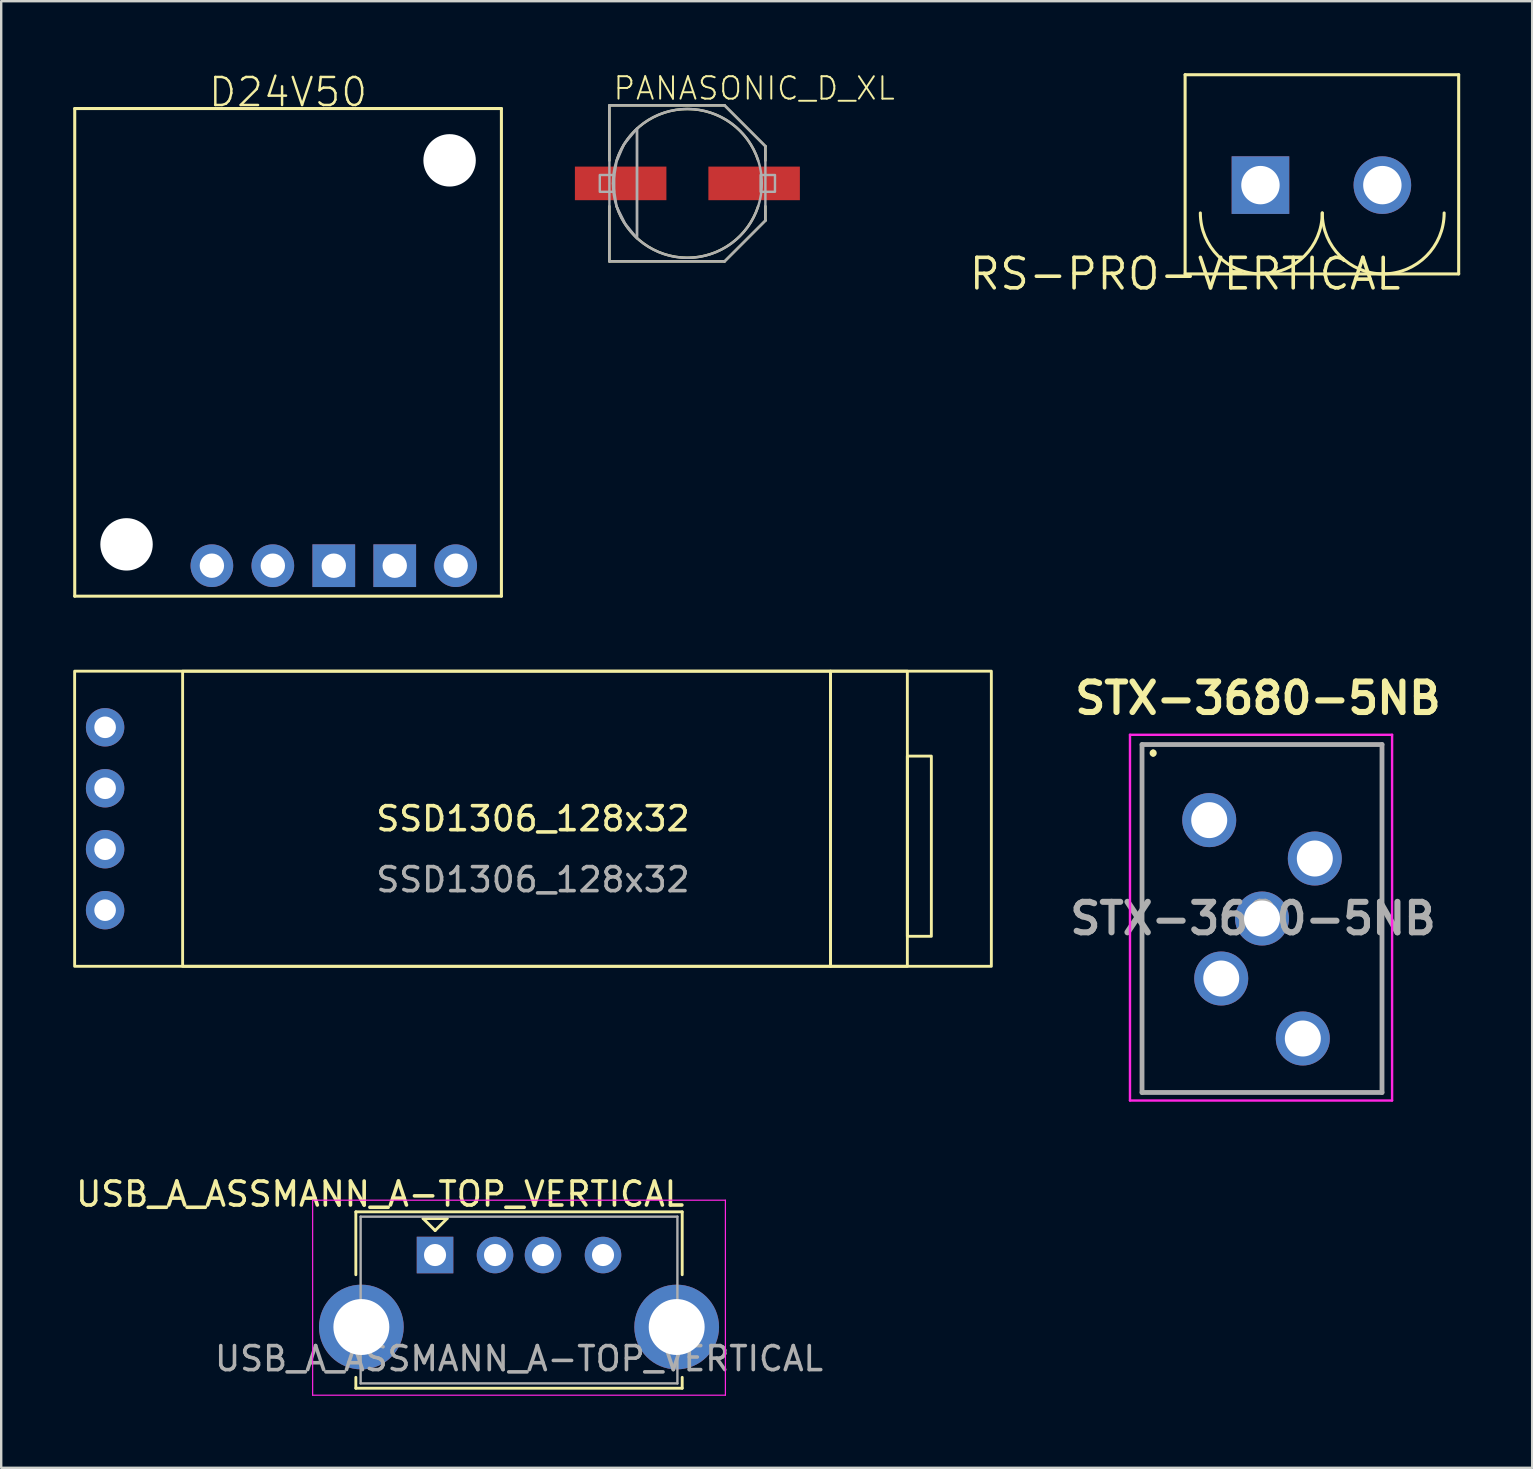
<source format=kicad_pcb>
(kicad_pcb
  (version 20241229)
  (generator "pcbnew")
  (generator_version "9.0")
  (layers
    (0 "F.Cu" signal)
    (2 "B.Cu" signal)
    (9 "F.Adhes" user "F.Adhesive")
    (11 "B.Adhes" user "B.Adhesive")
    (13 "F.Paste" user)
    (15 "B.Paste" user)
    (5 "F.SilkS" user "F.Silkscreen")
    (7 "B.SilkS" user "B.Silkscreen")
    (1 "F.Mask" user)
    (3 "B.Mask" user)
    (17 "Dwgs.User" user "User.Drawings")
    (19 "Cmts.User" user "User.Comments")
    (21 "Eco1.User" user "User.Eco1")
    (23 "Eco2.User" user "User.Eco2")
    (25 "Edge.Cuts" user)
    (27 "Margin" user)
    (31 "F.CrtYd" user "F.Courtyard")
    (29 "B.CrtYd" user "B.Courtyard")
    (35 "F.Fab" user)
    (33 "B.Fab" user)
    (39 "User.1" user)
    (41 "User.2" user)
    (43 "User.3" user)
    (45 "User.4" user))
  (footprint "USB_A_ASSMANN_A-TOP_VERTICAL"
    (layer "F.Cu")
    (at 15.078 49.248)
    (property "Reference" "USB_A_ASSMANN_A-TOP_VERTICAL" (at -2.286 -2.54 180) (layer "F.SilkS") (effects (font (size 1 1) (thickness 0.15))))
    (attr through_hole)
    (fp_line (start -3.3 -1.8) (end -3.3 0.821) (stroke (width 0.12) (type solid)) (layer "F.SilkS"))
    (fp_line (start -3.3 -1.8) (end 10.3 -1.8) (stroke (width 0.12) (type solid)) (layer "F.SilkS"))
    (fp_line (start -3.3 5.097) (end -3.3 5.55) (stroke (width 0.12) (type solid)) (layer "F.SilkS"))
    (fp_line (start -3.3 5.55) (end 10.3 5.55) (stroke (width 0.12) (type solid)) (layer "F.SilkS"))
    (fp_line (start -0.496 -1.52) (end 0.004 -1.02) (stroke (width 0.12) (type solid)) (layer "F.SilkS"))
    (fp_line (start 0.004 -1.02) (end 0.504 -1.52) (stroke (width 0.12) (type solid)) (layer "F.SilkS"))
    (fp_line (start 0.504 -1.52) (end -0.496 -1.52) (stroke (width 0.12) (type solid)) (layer "F.SilkS"))
    (fp_line (start 10.3 0.821) (end 10.3 -1.8) (stroke (width 0.12) (type solid)) (layer "F.SilkS"))
    (fp_line (start 10.3 5.097) (end 10.3 5.55) (stroke (width 0.12) (type solid)) (layer "F.SilkS"))
    (fp_line (start -5.1 -2.286) (end -5.1 5.842) (stroke (width 0.05) (type solid)) (layer "F.CrtYd"))
    (fp_line (start -5.1 -2.286) (end 12.1 -2.286) (stroke (width 0.05) (type solid)) (layer "F.CrtYd"))
    (fp_line (start 12.1 -2.286) (end 12.1 5.842) (stroke (width 0.05) (type solid)) (layer "F.CrtYd"))
    (fp_line (start 12.1 5.842) (end -5.1 5.842) (stroke (width 0.05) (type solid)) (layer "F.CrtYd"))
    (fp_line (start -3.1 -1.6) (end -3.1 5.35) (stroke (width 0.1) (type solid)) (layer "F.Fab"))
    (fp_line (start -3.1 -1.6) (end 10.1 -1.6) (stroke (width 0.1) (type solid)) (layer "F.Fab"))
    (fp_line (start -3.1 5.35) (end 10.1 5.35) (stroke (width 0.1) (type solid)) (layer "F.Fab"))
    (fp_line (start 10.1 -1.6) (end 10.1 5.35) (stroke (width 0.1) (type solid)) (layer "F.Fab"))
    (fp_text user "${REFERENCE}" (at 3.5 4.318 180) (layer "F.Fab") (effects (font (size 1 1) (thickness 0.15))))
    (pad "1" thru_hole rect (at 0 0) (size 1.524 1.524) (drill 0.92) (layers "*.Cu" "*.Mask"))
    (pad "2" thru_hole circle (at 2.5 0) (size 1.524 1.524) (drill 0.92) (layers "*.Cu" "*.Mask"))
    (pad "3" thru_hole circle (at 4.5 0) (size 1.524 1.524) (drill 0.92) (layers "*.Cu" "*.Mask"))
    (pad "4" thru_hole circle (at 7 0) (size 1.524 1.524) (drill 0.92) (layers "*.Cu" "*.Mask"))
    (pad "5" thru_hole circle (at -3.07 3) (size 3.53 3.53) (drill 2.33) (layers "*.Cu" "*.Mask"))
    (pad "5" thru_hole circle (at 10.07 3) (size 3.53 3.53) (drill 2.33) (layers "*.Cu" "*.Mask")))
  (footprint "RS-PRO-VERTICAL"
    (layer "F.Cu")
    (at 46.334 8.364)
    (property "Reference" "RS-PRO-VERTICAL" (at 0 0 0) (layer "F.SilkS") (effects (font (size 1.27 1.27) (thickness 0.15))))
    (fp_line (start 0 -8.3) (end 0 0) (stroke (width 0.127) (type solid)) (layer "F.SilkS"))
    (fp_line (start 0 0) (end 11.4 0) (stroke (width 0.127) (type solid)) (layer "F.SilkS"))
    (fp_line (start 11.4 -8.3) (end 0 -8.3) (stroke (width 0.127) (type solid)) (layer "F.SilkS"))
    (fp_line (start 11.4 0) (end 11.4 -8.3) (stroke (width 0.127) (type solid)) (layer "F.SilkS"))
    (fp_arc (start 5.715 -2.54) (mid 3.175 0) (end 0.635 -2.54) (stroke (width 0.127) (type solid)) (layer "F.SilkS"))
    (fp_arc (start 10.795 -2.54) (mid 8.255 0) (end 5.715 -2.54) (stroke (width 0.127) (type solid)) (layer "F.SilkS"))
    (pad "P$1" thru_hole rect (at 3.14 -3.7) (size 2.4 2.4) (drill 1.6) (layers "*.Cu" "*.Mask"))
    (pad "P$2" thru_hole circle (at 8.22 -3.7) (size 2.4 2.4) (drill 1.6) (layers "*.Cu" "*.Mask")))
  (footprint "STX-3680-5NB"
    (layer "F.Cu")
    (at 47.339 31.125)
    (property "Reference" "STX-3680-5NB" (at 2.032 -5.08 0) (layer "F.SilkS") (effects (font (size 1.27 1.27) (thickness 0.254))))
    (attr through_hole)
    (fp_line (start -2.8 -3.15) (end -2.8 11.35) (stroke (width 0.1) (type solid)) (layer "F.SilkS"))
    (fp_line (start -2.8 11.35) (end 7.2 11.35) (stroke (width 0.1) (type solid)) (layer "F.SilkS"))
    (fp_line (start 7.2 -3.15) (end -2.8 -3.15) (stroke (width 0.1) (type solid)) (layer "F.SilkS"))
    (fp_line (start 7.2 11.35) (end 7.2 -3.15) (stroke (width 0.1) (type solid)) (layer "F.SilkS"))
    (fp_arc (start -2.336 -2.844) (mid -2.286 -2.794) (end -2.336 -2.744) (stroke (width 0.2) (type solid)) (layer "F.SilkS"))
    (fp_arc (start -2.336 -2.744) (mid -2.386 -2.794) (end -2.336 -2.844) (stroke (width 0.2) (type solid)) (layer "F.SilkS"))
    (fp_line (start -3.302 -3.556) (end -3.302 11.684) (stroke (width 0.1) (type solid)) (layer "F.CrtYd"))
    (fp_line (start -3.302 11.684) (end 7.62 11.684) (stroke (width 0.1) (type solid)) (layer "F.CrtYd"))
    (fp_line (start 7.62 -3.556) (end -3.302 -3.556) (stroke (width 0.1) (type solid)) (layer "F.CrtYd"))
    (fp_line (start 7.62 11.684) (end 7.62 -3.556) (stroke (width 0.1) (type solid)) (layer "F.CrtYd"))
    (fp_line (start -2.8 -3.15) (end 7.2 -3.15) (stroke (width 0.2) (type solid)) (layer "F.Fab"))
    (fp_line (start -2.8 11.35) (end -2.8 -3.15) (stroke (width 0.2) (type solid)) (layer "F.Fab"))
    (fp_line (start 7.2 -3.15) (end 7.2 11.35) (stroke (width 0.2) (type solid)) (layer "F.Fab"))
    (fp_line (start 7.2 11.35) (end -2.8 11.35) (stroke (width 0.2) (type solid)) (layer "F.Fab"))
    (fp_text user "${REFERENCE}" (at 1.825 4.1 0) (layer "F.Fab") (effects (font (size 1.27 1.27) (thickness 0.254))))
    (pad "R" thru_hole circle (at 0 0) (size 2.25 2.25) (drill 1.5) (layers "*.Cu" "*.Mask"))
    (pad "RN" thru_hole circle (at 4.4 1.6) (size 2.25 2.25) (drill 1.5) (layers "*.Cu" "*.Mask"))
    (pad "S" thru_hole circle (at 2.2 4.1) (size 2.25 2.25) (drill 1.5) (layers "*.Cu" "*.Mask"))
    (pad "T" thru_hole circle (at 3.9 9.1) (size 2.25 2.25) (drill 1.5) (layers "*.Cu" "*.Mask"))
    (pad "TN" thru_hole circle (at 0.5 6.6) (size 2.25 2.25) (drill 1.5) (layers "*.Cu" "*.Mask")))
  (footprint "PANASONIC_D_XL"
    (layer "F.Cu")
    (at 25.594 4.592)
    (property "Reference" "PANASONIC_D_XL" (at -3.147 -3.413 0) (layer "F.SilkS") (effects (font (size 0.935 0.935) (thickness 0.081)) (justify left bottom)))
    (fp_line (start -3.25 -3.25) (end 1.55 -3.25) (stroke (width 0.102) (type solid)) (layer "F.SilkS"))
    (fp_line (start -3.25 -0.95) (end -3.25 -3.25) (stroke (width 0.102) (type solid)) (layer "F.SilkS"))
    (fp_line (start -3.25 3.25) (end -3.25 0.95) (stroke (width 0.102) (type solid)) (layer "F.SilkS"))
    (fp_line (start 1.55 -3.25) (end 3.25 -1.55) (stroke (width 0.102) (type solid)) (layer "F.SilkS"))
    (fp_line (start 1.55 3.25) (end -3.25 3.25) (stroke (width 0.102) (type solid)) (layer "F.SilkS"))
    (fp_line (start 3.25 -1.55) (end 3.25 -0.95) (stroke (width 0.102) (type solid)) (layer "F.SilkS"))
    (fp_line (start 3.25 0.95) (end 3.25 1.55) (stroke (width 0.102) (type solid)) (layer "F.SilkS"))
    (fp_line (start 3.25 1.55) (end 1.55 3.25) (stroke (width 0.102) (type solid)) (layer "F.SilkS"))
    (fp_arc (start -2.95 -0.95) (mid 0 -3.099193) (end 2.95 -0.95) (stroke (width 0.1016) (type solid)) (layer "F.SilkS"))
    (fp_arc (start 2.95 0.95) (mid 0 3.099193) (end -2.95 0.95) (stroke (width 0.1016) (type solid)) (layer "F.SilkS"))
    (fp_line (start -3.25 -3.25) (end 1.55 -3.25) (stroke (width 0.102) (type solid)) (layer "F.Fab"))
    (fp_line (start -3.25 3.25) (end -3.25 -3.25) (stroke (width 0.102) (type solid)) (layer "F.Fab"))
    (fp_line (start -2.1 -2.25) (end -2.1 2.2) (stroke (width 0.102) (type solid)) (layer "F.Fab"))
    (fp_line (start 1.55 -3.25) (end 3.25 -1.55) (stroke (width 0.102) (type solid)) (layer "F.Fab"))
    (fp_line (start 1.55 3.25) (end -3.25 3.25) (stroke (width 0.102) (type solid)) (layer "F.Fab"))
    (fp_line (start 3.25 -1.55) (end 3.25 1.55) (stroke (width 0.102) (type solid)) (layer "F.Fab"))
    (fp_line (start 3.25 1.55) (end 1.55 3.25) (stroke (width 0.102) (type solid)) (layer "F.Fab"))
    (fp_circle (center 0 0) (end 3.1 0) (stroke (width 0.102) (type solid)) (fill no) (layer "F.Fab"))
    (fp_poly (pts (xy -3.65 0.35) (xy -3.05 0.35) (xy -3.05 -0.35) (xy -3.65 -0.35)) (stroke (width 0.1) (type solid)) (fill no) (layer "F.Fab"))
    (fp_poly (pts (xy 3.05 0.35) (xy 3.65 0.35) (xy 3.65 -0.35) (xy 3.05 -0.35)) (stroke (width 0.1) (type solid)) (fill no) (layer "F.Fab"))
    (fp_poly (pts (xy -2.099 2.295) (xy -2.593 1.678) (xy -2.949 0.966) (xy -3.101 -0.00022) (xy -2.949 -0.914) (xy -2.644 -1.627) (xy -2.099 -2.292)) (stroke (width 0.1) (type solid)) (fill no) (layer "F.Fab"))
    (pad "+" smd rect (at 2.781 0) (size 3.813 1.4) (layers "F.Cu" "F.Mask" "F.Paste"))
    (pad "-" smd rect (at -2.781 0) (size 3.813 1.4) (layers "F.Cu" "F.Mask" "F.Paste")))
  (footprint "D24V50"
    (layer "F.Cu")
    (at 8.954 11.633)
    (property "Reference" "D24V50" (at 0 -10.16 0) (layer "F.SilkS") (effects (font (size 1.168 1.168) (thickness 0.102)) (justify bottom)))
    (fp_line (start -8.89 -10.16) (end 8.89 -10.16) (stroke (width 0.127) (type solid)) (layer "F.SilkS"))
    (fp_line (start -8.89 10.16) (end -8.89 -10.16) (stroke (width 0.127) (type solid)) (layer "F.SilkS"))
    (fp_line (start 8.89 -10.16) (end 8.89 10.16) (stroke (width 0.127) (type solid)) (layer "F.SilkS"))
    (fp_line (start 8.89 10.16) (end -8.89 10.16) (stroke (width 0.127) (type solid)) (layer "F.SilkS"))
    (pad "" np_thru_hole circle (at -6.731 8.001) (size 2.184 2.184) (drill 2.184) (layers "*.Cu" "*.Mask"))
    (pad "" np_thru_hole circle (at 6.731 -8.001) (size 2.184 2.184) (drill 2.184) (layers "*.Cu" "*.Mask"))
    (pad "P$EN" thru_hole circle (at -3.175 8.89) (size 1.778 1.778) (drill 1.016) (layers "*.Cu" "*.Mask"))
    (pad "P$GND" thru_hole rect (at 1.905 8.89) (size 1.778 1.778) (drill 1.016) (layers "*.Cu" "*.Mask"))
    (pad "P$GND2" thru_hole rect (at 4.445 8.89) (size 1.778 1.778) (drill 1.016) (layers "*.Cu" "*.Mask"))
    (pad "P$OUT" thru_hole circle (at 6.985 8.89) (size 1.778 1.778) (drill 1.016) (layers "*.Cu" "*.Mask"))
    (pad "P$VIN" thru_hole circle (at -0.635 8.89) (size 1.778 1.778) (drill 1.016) (layers "*.Cu" "*.Mask")))
  (footprint "SSD1306_128x32"
    (layer "F.Cu")
    (at 19.16 31.067)
    (property "Reference" "SSD1306_128x32" (at 0 0 0) (unlocked yes) (layer "F.SilkS") (effects (font (size 1 1) (thickness 0.15))))
    (attr through_hole)
    (fp_rect (start -19.1 -6.15) (end 19.1 6.15) (stroke (width 0.12) (type solid)) (fill no) (layer "F.SilkS"))
    (fp_rect (start -14.6 -6.15) (end 12.4 6.15) (stroke (width 0.12) (type solid)) (fill no) (layer "F.SilkS"))
    (fp_rect (start 12.4 -6.15) (end 15.6 6.15) (stroke (width 0.12) (type solid)) (fill no) (layer "F.SilkS"))
    (fp_rect (start 15.6 -2.61) (end 16.6 4.9) (stroke (width 0.12) (type solid)) (fill no) (layer "F.SilkS"))
    (fp_text user "${REFERENCE}" (at 0 2.54 0) (unlocked yes) (layer "F.Fab") (effects (font (size 1 1) (thickness 0.15))))
    (pad "1" thru_hole circle (at -17.83 -3.81) (size 1.6 1.6) (drill 0.9) (layers "*.Cu" "*.Mask"))
    (pad "2" thru_hole circle (at -17.83 -1.27) (size 1.6 1.6) (drill 0.9) (layers "*.Cu" "*.Mask"))
    (pad "3" thru_hole circle (at -17.83 1.27) (size 1.6 1.6) (drill 0.9) (layers "*.Cu" "*.Mask"))
    (pad "4" thru_hole circle (at -17.83 3.81) (size 1.6 1.6) (drill 0.9) (layers "*.Cu" "*.Mask")))
  (gr_rect
    (start -3 -3)
    (end 60.797 58.115)
    (stroke (width 0.1) (type default))
    (fill no)
    (layer "Edge.Cuts")))
</source>
